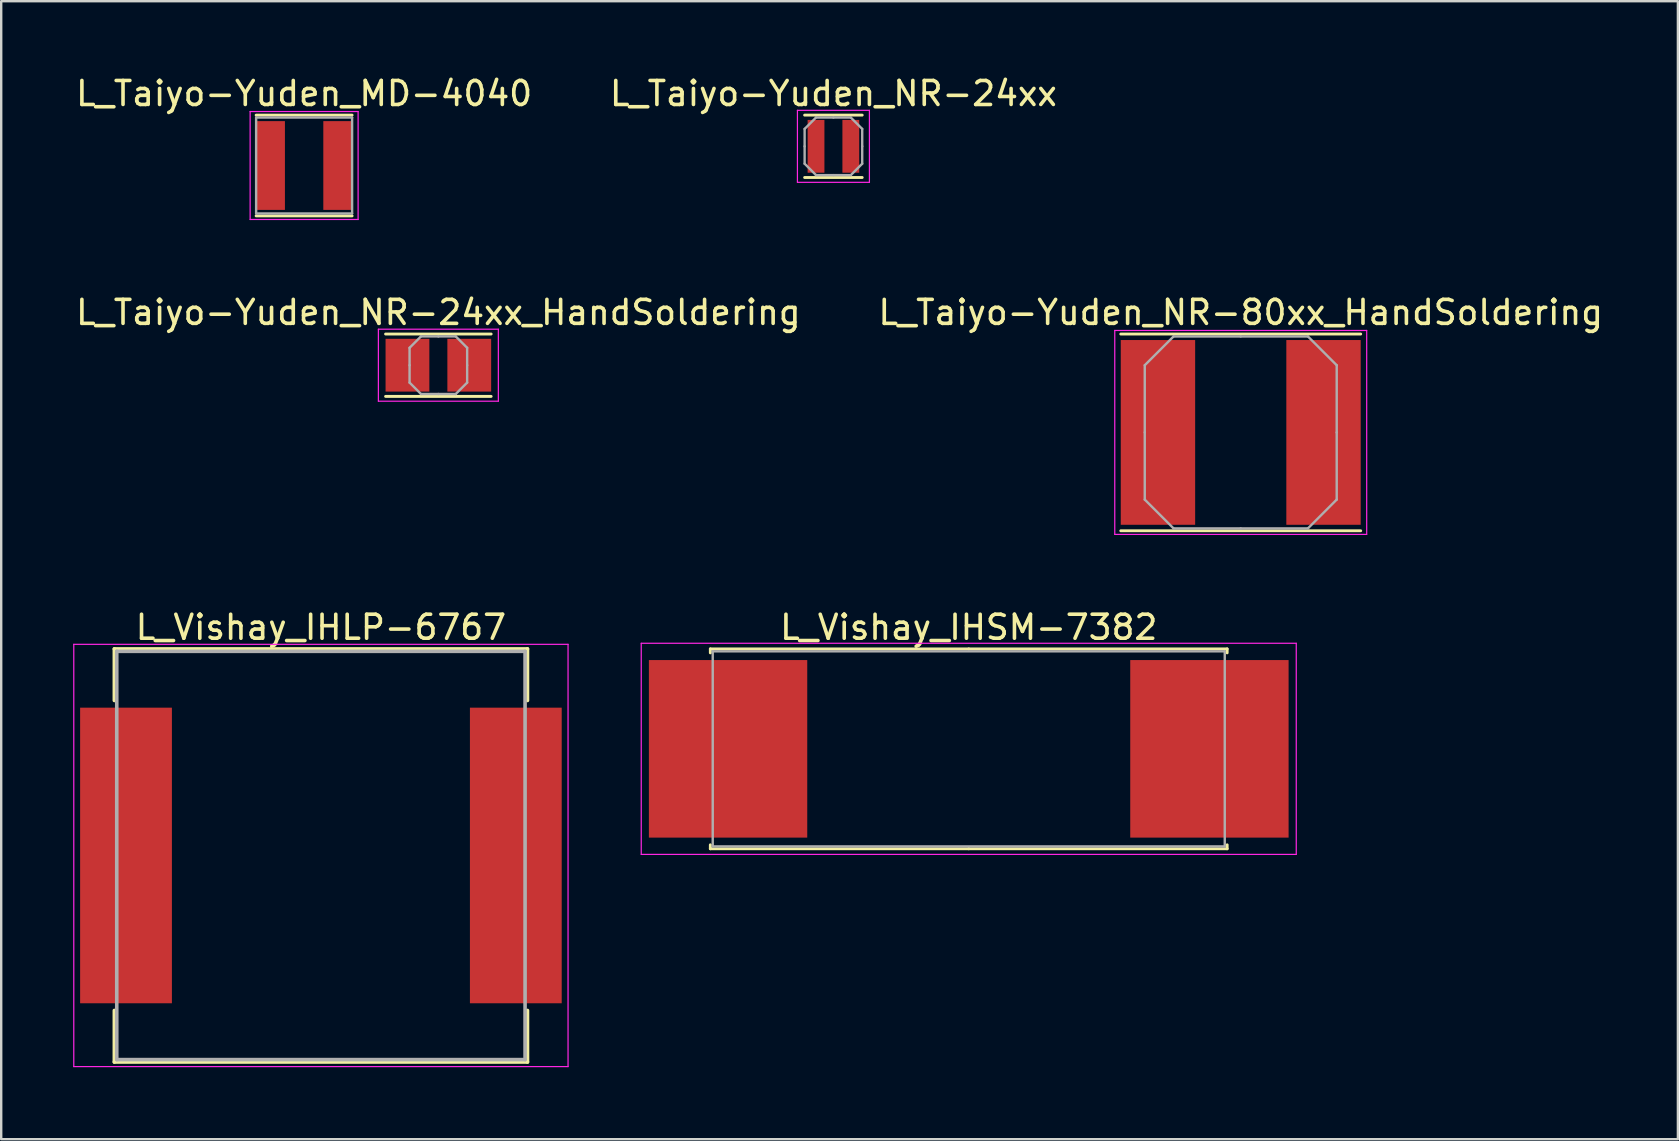
<source format=kicad_pcb>
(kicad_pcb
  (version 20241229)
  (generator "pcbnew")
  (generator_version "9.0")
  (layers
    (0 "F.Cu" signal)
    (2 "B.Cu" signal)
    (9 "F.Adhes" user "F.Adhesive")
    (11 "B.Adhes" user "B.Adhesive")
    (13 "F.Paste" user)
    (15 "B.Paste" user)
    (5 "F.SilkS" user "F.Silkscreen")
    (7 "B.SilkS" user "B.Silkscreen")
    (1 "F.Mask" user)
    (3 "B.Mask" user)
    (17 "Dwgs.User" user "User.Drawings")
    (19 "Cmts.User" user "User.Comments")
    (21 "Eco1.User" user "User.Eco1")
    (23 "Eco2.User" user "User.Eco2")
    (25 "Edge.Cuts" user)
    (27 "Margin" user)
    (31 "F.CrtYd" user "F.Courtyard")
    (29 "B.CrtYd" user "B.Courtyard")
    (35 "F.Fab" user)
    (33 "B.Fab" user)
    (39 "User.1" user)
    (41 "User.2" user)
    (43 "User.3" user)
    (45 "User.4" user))
  (footprint "L_Taiyo-Yuden_NR-24xx_HandSoldering"
    (layer "F.Cu")
    (at 15.22 12.171)
    (property "Reference" "L_Taiyo-Yuden_NR-24xx_HandSoldering" (at 0 -2.2 0) (layer "F.SilkS") (effects (font (size 1 1) (thickness 0.15))))
    (attr smd)
    (fp_line (start -2.2 -1.3) (end 2.2 -1.3) (stroke (width 0.12) (type solid)) (layer "F.SilkS"))
    (fp_line (start -2.2 1.3) (end 2.2 1.3) (stroke (width 0.12) (type solid)) (layer "F.SilkS"))
    (fp_line (start -2.5 -1.5) (end -2.5 1.5) (stroke (width 0.05) (type solid)) (layer "F.CrtYd"))
    (fp_line (start -2.5 1.5) (end 2.5 1.5) (stroke (width 0.05) (type solid)) (layer "F.CrtYd"))
    (fp_line (start 2.5 -1.5) (end -2.5 -1.5) (stroke (width 0.05) (type solid)) (layer "F.CrtYd"))
    (fp_line (start 2.5 1.5) (end 2.5 -1.5) (stroke (width 0.05) (type solid)) (layer "F.CrtYd"))
    (fp_line (start -1.2 -0.725) (end -0.725 -1.2) (stroke (width 0.1) (type solid)) (layer "F.Fab"))
    (fp_line (start -1.2 0) (end -1.2 -0.725) (stroke (width 0.1) (type solid)) (layer "F.Fab"))
    (fp_line (start -1.2 0) (end -1.2 0.725) (stroke (width 0.1) (type solid)) (layer "F.Fab"))
    (fp_line (start -1.2 0.725) (end -0.725 1.2) (stroke (width 0.1) (type solid)) (layer "F.Fab"))
    (fp_line (start -0.725 -1.2) (end 0 -1.2) (stroke (width 0.1) (type solid)) (layer "F.Fab"))
    (fp_line (start -0.725 1.2) (end 0 1.2) (stroke (width 0.1) (type solid)) (layer "F.Fab"))
    (fp_line (start 0.725 -1.2) (end 0 -1.2) (stroke (width 0.1) (type solid)) (layer "F.Fab"))
    (fp_line (start 0.725 1.2) (end 0 1.2) (stroke (width 0.1) (type solid)) (layer "F.Fab"))
    (fp_line (start 1.2 -0.725) (end 0.725 -1.2) (stroke (width 0.1) (type solid)) (layer "F.Fab"))
    (fp_line (start 1.2 0) (end 1.2 -0.725) (stroke (width 0.1) (type solid)) (layer "F.Fab"))
    (fp_line (start 1.2 0) (end 1.2 0.725) (stroke (width 0.1) (type solid)) (layer "F.Fab"))
    (fp_line (start 1.2 0.725) (end 0.725 1.2) (stroke (width 0.1) (type solid)) (layer "F.Fab"))
    (pad "1" smd rect (at -1.288 0) (size 1.825 2.2) (layers "F.Cu" "F.Mask" "F.Paste"))
    (pad "2" smd rect (at 1.288 0) (size 1.825 2.2) (layers "F.Cu" "F.Mask" "F.Paste")))
  (footprint "L_Vishay_IHLP-6767"
    (layer "F.Cu")
    (at 10.325 32.604)
    (property "Reference" "L_Vishay_IHLP-6767" (at 0 -9.509 0) (layer "F.SilkS") (effects (font (size 1 1) (thickness 0.15))))
    (attr smd)
    (fp_line (start -8.609 -8.609) (end 8.609 -8.609) (stroke (width 0.15) (type solid)) (layer "F.SilkS"))
    (fp_line (start -8.609 -6.46) (end -8.609 -8.609) (stroke (width 0.15) (type solid)) (layer "F.SilkS"))
    (fp_line (start -8.609 6.46) (end -8.609 8.609) (stroke (width 0.15) (type solid)) (layer "F.SilkS"))
    (fp_line (start -8.609 8.609) (end 8.609 8.609) (stroke (width 0.15) (type solid)) (layer "F.SilkS"))
    (fp_line (start 8.609 -8.609) (end 8.609 -6.46) (stroke (width 0.15) (type solid)) (layer "F.SilkS"))
    (fp_line (start 8.609 8.609) (end 8.609 6.46) (stroke (width 0.15) (type solid)) (layer "F.SilkS"))
    (fp_line (start -10.3 -8.8) (end -10.3 8.8) (stroke (width 0.05) (type solid)) (layer "F.CrtYd"))
    (fp_line (start -10.3 8.8) (end 10.3 8.8) (stroke (width 0.05) (type solid)) (layer "F.CrtYd"))
    (fp_line (start 10.3 -8.8) (end -10.3 -8.8) (stroke (width 0.05) (type solid)) (layer "F.CrtYd"))
    (fp_line (start 10.3 8.8) (end 10.3 -8.8) (stroke (width 0.05) (type solid)) (layer "F.CrtYd"))
    (fp_line (start -8.509 -8.509) (end -8.509 8.509) (stroke (width 0.15) (type solid)) (layer "F.Fab"))
    (fp_line (start -8.509 8.509) (end 8.509 8.509) (stroke (width 0.15) (type solid)) (layer "F.Fab"))
    (fp_line (start 8.509 -8.509) (end -8.509 -8.509) (stroke (width 0.15) (type solid)) (layer "F.Fab"))
    (fp_line (start 8.509 8.509) (end 8.509 -8.509) (stroke (width 0.15) (type solid)) (layer "F.Fab"))
    (pad "1" smd rect (at -8.123 0) (size 3.825 12.32) (layers "F.Cu" "F.Mask" "F.Paste"))
    (pad "2" smd rect (at 8.123 0) (size 3.825 12.32) (layers "F.Cu" "F.Mask" "F.Paste")))
  (footprint "L_Taiyo-Yuden_NR-80xx_HandSoldering"
    (layer "F.Cu")
    (at 48.661 14.972)
    (property "Reference" "L_Taiyo-Yuden_NR-80xx_HandSoldering" (at 0 -5 0) (layer "F.SilkS") (effects (font (size 1 1) (thickness 0.15))))
    (attr smd)
    (fp_line (start -5 -4.1) (end 5 -4.1) (stroke (width 0.12) (type solid)) (layer "F.SilkS"))
    (fp_line (start -5 4.1) (end 5 4.1) (stroke (width 0.12) (type solid)) (layer "F.SilkS"))
    (fp_line (start -5.25 -4.25) (end -5.25 4.25) (stroke (width 0.05) (type solid)) (layer "F.CrtYd"))
    (fp_line (start -5.25 4.25) (end 5.25 4.25) (stroke (width 0.05) (type solid)) (layer "F.CrtYd"))
    (fp_line (start 5.25 -4.25) (end -5.25 -4.25) (stroke (width 0.05) (type solid)) (layer "F.CrtYd"))
    (fp_line (start 5.25 4.25) (end 5.25 -4.25) (stroke (width 0.05) (type solid)) (layer "F.CrtYd"))
    (fp_line (start -4 -2.8) (end -2.8 -4) (stroke (width 0.1) (type solid)) (layer "F.Fab"))
    (fp_line (start -4 0) (end -4 -2.8) (stroke (width 0.1) (type solid)) (layer "F.Fab"))
    (fp_line (start -4 0) (end -4 2.8) (stroke (width 0.1) (type solid)) (layer "F.Fab"))
    (fp_line (start -4 2.8) (end -2.8 4) (stroke (width 0.1) (type solid)) (layer "F.Fab"))
    (fp_line (start -2.8 -4) (end 0 -4) (stroke (width 0.1) (type solid)) (layer "F.Fab"))
    (fp_line (start -2.8 4) (end 0 4) (stroke (width 0.1) (type solid)) (layer "F.Fab"))
    (fp_line (start 2.8 -4) (end 0 -4) (stroke (width 0.1) (type solid)) (layer "F.Fab"))
    (fp_line (start 2.8 4) (end 0 4) (stroke (width 0.1) (type solid)) (layer "F.Fab"))
    (fp_line (start 4 -2.8) (end 2.8 -4) (stroke (width 0.1) (type solid)) (layer "F.Fab"))
    (fp_line (start 4 0) (end 4 -2.8) (stroke (width 0.1) (type solid)) (layer "F.Fab"))
    (fp_line (start 4 0) (end 4 2.8) (stroke (width 0.1) (type solid)) (layer "F.Fab"))
    (fp_line (start 4 2.8) (end 2.8 4) (stroke (width 0.1) (type solid)) (layer "F.Fab"))
    (pad "1" smd rect (at -3.45 0) (size 3.1 7.7) (layers "F.Cu" "F.Mask" "F.Paste"))
    (pad "2" smd rect (at 3.45 0) (size 3.1 7.7) (layers "F.Cu" "F.Mask" "F.Paste")))
  (footprint "L_Vishay_IHSM-7382"
    (layer "F.Cu")
    (at 37.325 28.16)
    (property "Reference" "L_Vishay_IHSM-7382" (at 0 -5.065 0) (layer "F.SilkS") (effects (font (size 1 1) (thickness 0.15))))
    (attr smd)
    (fp_line (start -10.77 -4.165) (end 0 -4.165) (stroke (width 0.12) (type solid)) (layer "F.SilkS"))
    (fp_line (start -10.77 -4) (end -10.77 -4.165) (stroke (width 0.12) (type solid)) (layer "F.SilkS"))
    (fp_line (start -10.77 4) (end -10.77 4.165) (stroke (width 0.12) (type solid)) (layer "F.SilkS"))
    (fp_line (start -10.77 4.165) (end 0 4.165) (stroke (width 0.12) (type solid)) (layer "F.SilkS"))
    (fp_line (start 10.77 -4.165) (end 0 -4.165) (stroke (width 0.12) (type solid)) (layer "F.SilkS"))
    (fp_line (start 10.77 -4) (end 10.77 -4.165) (stroke (width 0.12) (type solid)) (layer "F.SilkS"))
    (fp_line (start 10.77 4) (end 10.77 4.165) (stroke (width 0.12) (type solid)) (layer "F.SilkS"))
    (fp_line (start 10.77 4.165) (end 0 4.165) (stroke (width 0.12) (type solid)) (layer "F.SilkS"))
    (fp_line (start -13.65 -4.4) (end -13.65 4.4) (stroke (width 0.05) (type solid)) (layer "F.CrtYd"))
    (fp_line (start -13.65 4.4) (end 13.65 4.4) (stroke (width 0.05) (type solid)) (layer "F.CrtYd"))
    (fp_line (start 13.65 -4.4) (end -13.65 -4.4) (stroke (width 0.05) (type solid)) (layer "F.CrtYd"))
    (fp_line (start 13.65 4.4) (end 13.65 -4.4) (stroke (width 0.05) (type solid)) (layer "F.CrtYd"))
    (fp_line (start -10.67 -4.065) (end -10.67 4.065) (stroke (width 0.1) (type solid)) (layer "F.Fab"))
    (fp_line (start -10.67 4.065) (end 10.67 4.065) (stroke (width 0.1) (type solid)) (layer "F.Fab"))
    (fp_line (start 10.67 -4.065) (end -10.67 -4.065) (stroke (width 0.1) (type solid)) (layer "F.Fab"))
    (fp_line (start 10.67 4.065) (end 10.67 -4.065) (stroke (width 0.1) (type solid)) (layer "F.Fab"))
    (pad "1" smd rect (at -10.031 0) (size 6.6 7.4) (layers "F.Cu" "F.Mask" "F.Paste"))
    (pad "2" smd rect (at 10.031 0) (size 6.6 7.4) (layers "F.Cu" "F.Mask" "F.Paste")))
  (footprint "L_Taiyo-Yuden_MD-4040"
    (layer "F.Cu")
    (at 9.625 3.848)
    (property "Reference" "L_Taiyo-Yuden_MD-4040" (at 0 -3 0) (layer "F.SilkS") (effects (font (size 1 1) (thickness 0.15))))
    (attr smd)
    (fp_line (start -2 -2.1) (end 2 -2.1) (stroke (width 0.12) (type solid)) (layer "F.SilkS"))
    (fp_line (start -2 2.1) (end 2 2.1) (stroke (width 0.12) (type solid)) (layer "F.SilkS"))
    (fp_line (start -2.25 -2.25) (end -2.25 2.25) (stroke (width 0.05) (type solid)) (layer "F.CrtYd"))
    (fp_line (start -2.25 2.25) (end 2.25 2.25) (stroke (width 0.05) (type solid)) (layer "F.CrtYd"))
    (fp_line (start 2.25 -2.25) (end -2.25 -2.25) (stroke (width 0.05) (type solid)) (layer "F.CrtYd"))
    (fp_line (start 2.25 2.25) (end 2.25 -2.25) (stroke (width 0.05) (type solid)) (layer "F.CrtYd"))
    (fp_line (start -2 -2) (end -2 2) (stroke (width 0.1) (type solid)) (layer "F.Fab"))
    (fp_line (start -2 2) (end 2 2) (stroke (width 0.1) (type solid)) (layer "F.Fab"))
    (fp_line (start 2 -2) (end -2 -2) (stroke (width 0.1) (type solid)) (layer "F.Fab"))
    (fp_line (start 2 2) (end 2 -2) (stroke (width 0.1) (type solid)) (layer "F.Fab"))
    (pad "1" smd rect (at -1.4 0) (size 1.2 3.7) (layers "F.Cu" "F.Mask" "F.Paste"))
    (pad "2" smd rect (at 1.4 0) (size 1.2 3.7) (layers "F.Cu" "F.Mask" "F.Paste")))
  (footprint "L_Taiyo-Yuden_NR-24xx"
    (layer "F.Cu")
    (at 31.685 3.048)
    (property "Reference" "L_Taiyo-Yuden_NR-24xx" (at 0 -2.2 0) (layer "F.SilkS") (effects (font (size 1 1) (thickness 0.15))))
    (attr smd)
    (fp_line (start -1.2 -1.3) (end 1.2 -1.3) (stroke (width 0.12) (type solid)) (layer "F.SilkS"))
    (fp_line (start -1.2 1.3) (end 1.2 1.3) (stroke (width 0.12) (type solid)) (layer "F.SilkS"))
    (fp_line (start -1.5 -1.5) (end -1.5 1.5) (stroke (width 0.05) (type solid)) (layer "F.CrtYd"))
    (fp_line (start -1.5 1.5) (end 1.5 1.5) (stroke (width 0.05) (type solid)) (layer "F.CrtYd"))
    (fp_line (start 1.5 -1.5) (end -1.5 -1.5) (stroke (width 0.05) (type solid)) (layer "F.CrtYd"))
    (fp_line (start 1.5 1.5) (end 1.5 -1.5) (stroke (width 0.05) (type solid)) (layer "F.CrtYd"))
    (fp_line (start -1.2 -0.725) (end -0.725 -1.2) (stroke (width 0.1) (type solid)) (layer "F.Fab"))
    (fp_line (start -1.2 0) (end -1.2 -0.725) (stroke (width 0.1) (type solid)) (layer "F.Fab"))
    (fp_line (start -1.2 0) (end -1.2 0.725) (stroke (width 0.1) (type solid)) (layer "F.Fab"))
    (fp_line (start -1.2 0.725) (end -0.725 1.2) (stroke (width 0.1) (type solid)) (layer "F.Fab"))
    (fp_line (start -0.725 -1.2) (end 0 -1.2) (stroke (width 0.1) (type solid)) (layer "F.Fab"))
    (fp_line (start -0.725 1.2) (end 0 1.2) (stroke (width 0.1) (type solid)) (layer "F.Fab"))
    (fp_line (start 0.725 -1.2) (end 0 -1.2) (stroke (width 0.1) (type solid)) (layer "F.Fab"))
    (fp_line (start 0.725 1.2) (end 0 1.2) (stroke (width 0.1) (type solid)) (layer "F.Fab"))
    (fp_line (start 1.2 -0.725) (end 0.725 -1.2) (stroke (width 0.1) (type solid)) (layer "F.Fab"))
    (fp_line (start 1.2 0) (end 1.2 -0.725) (stroke (width 0.1) (type solid)) (layer "F.Fab"))
    (fp_line (start 1.2 0) (end 1.2 0.725) (stroke (width 0.1) (type solid)) (layer "F.Fab"))
    (fp_line (start 1.2 0.725) (end 0.725 1.2) (stroke (width 0.1) (type solid)) (layer "F.Fab"))
    (pad "1" smd rect (at -0.725 0) (size 0.7 2.2) (layers "F.Cu" "F.Mask" "F.Paste"))
    (pad "2" smd rect (at 0.725 0) (size 0.7 2.2) (layers "F.Cu" "F.Mask" "F.Paste")))
  (gr_rect
    (start -3 -3)
    (end 66.881 44.429)
    (stroke (width 0.1) (type default))
    (fill no)
    (layer "Edge.Cuts")))
</source>
